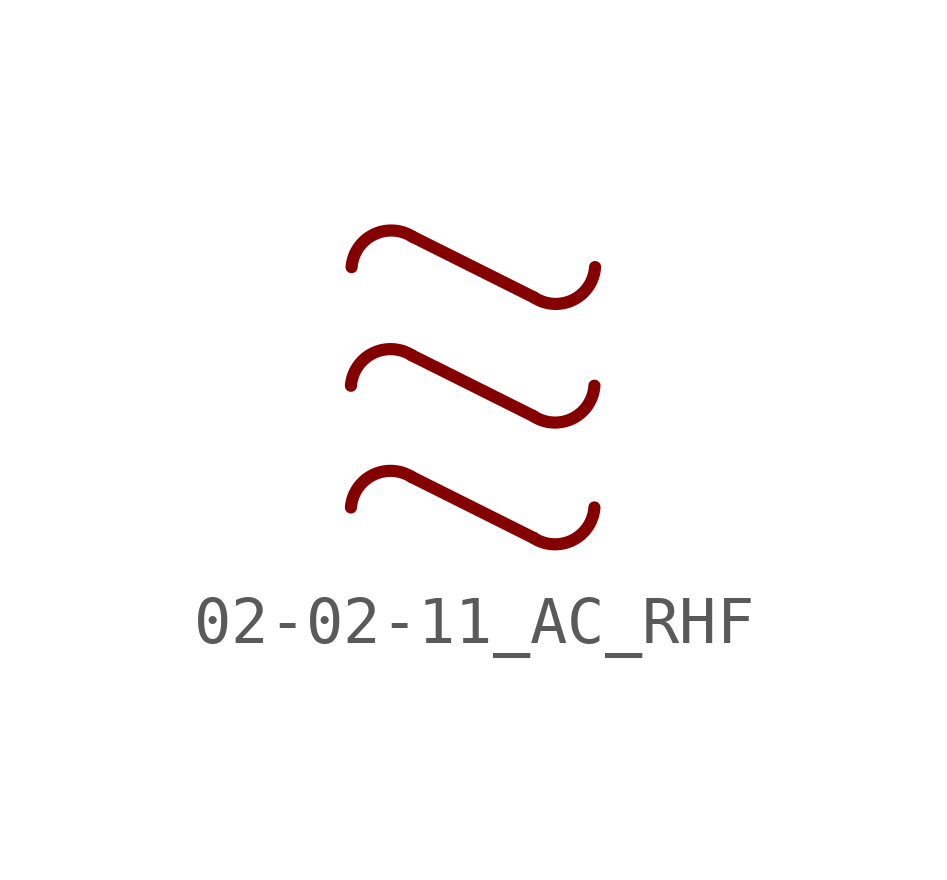
<source format=kicad_sym>
(kicad_symbol_lib
  (version 20200827)
  (generator kicad_symbol_editor)
  (symbol "Symbol_IEC_60617-2:02-02-11_AC_RHF"
    (pin_numbers hide)
    (pin_names
      (offset 0) hide)
    (property "Reference" "#SYM"
      (at 0 5.08 0)
      (effects (font (size 1.27 1.27)) hide))
    (symbol "02-02-11_AC_RHF_0_1"
      (arc (start -2.54 0) (end -1.27 0.635) (radius (at -1.7136 -0.0653) (length 0.829) (angles 175.5 57.6)) (stroke (width 0.254)) (fill (type none)))
      (arc (start 2.54 0) (end 1.27 -0.635) (radius (at 1.7189 0.0547) (length 0.8229) (angles -3.8 -123.1)) (stroke (width 0.254)) (fill (type none)))
      (arc (start -2.5536 -2.4747) (end -1.2836 -1.8397) (radius (at -1.7272 -2.54) (length 0.829) (angles 175.5 57.6)) (stroke (width 0.254)) (fill (type none)))
      (arc (start 2.5264 -2.4747) (end 1.2564 -3.1097) (radius (at 1.7053 -2.42) (length 0.8229) (angles -3.8 -123.1)) (stroke (width 0.254)) (fill (type none)))
      (arc (start -2.5536 -5.0147) (end -1.2836 -4.3797) (radius (at -1.7272 -5.08) (length 0.829) (angles 175.5 57.6)) (stroke (width 0.254)) (fill (type none)))
      (arc (start 2.5264 -5.0147) (end 1.2564 -5.6497) (radius (at 1.7053 -4.96) (length 0.8229) (angles -3.8 -123.1)) (stroke (width 0.254)) (fill (type none)))
      (polyline (pts (xy -1.27 0.635) (xy 1.27 -0.635)) (stroke (width 0.254)) (fill (type none)))
      (polyline (pts (xy -1.284 -1.84) (xy 1.256 -3.11)) (stroke (width 0.254)) (fill (type none)))
      (polyline (pts (xy -1.284 -4.38) (xy 1.256 -5.65)) (stroke (width 0.254)) (fill (type none))))))
</source>
